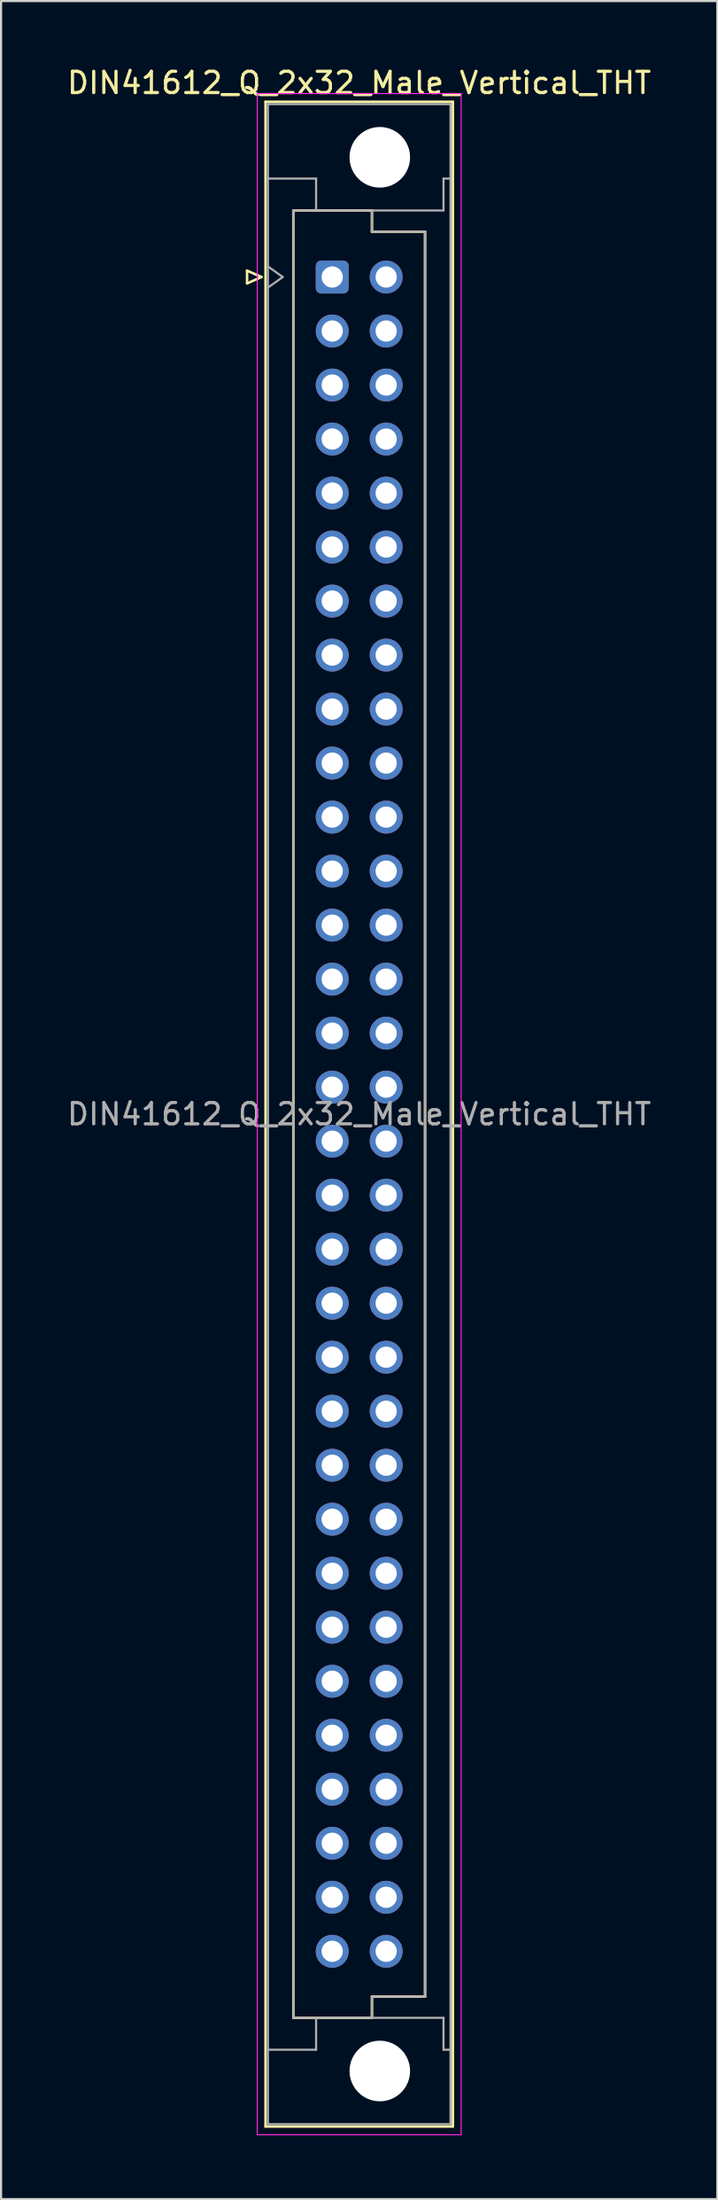
<source format=kicad_pcb>
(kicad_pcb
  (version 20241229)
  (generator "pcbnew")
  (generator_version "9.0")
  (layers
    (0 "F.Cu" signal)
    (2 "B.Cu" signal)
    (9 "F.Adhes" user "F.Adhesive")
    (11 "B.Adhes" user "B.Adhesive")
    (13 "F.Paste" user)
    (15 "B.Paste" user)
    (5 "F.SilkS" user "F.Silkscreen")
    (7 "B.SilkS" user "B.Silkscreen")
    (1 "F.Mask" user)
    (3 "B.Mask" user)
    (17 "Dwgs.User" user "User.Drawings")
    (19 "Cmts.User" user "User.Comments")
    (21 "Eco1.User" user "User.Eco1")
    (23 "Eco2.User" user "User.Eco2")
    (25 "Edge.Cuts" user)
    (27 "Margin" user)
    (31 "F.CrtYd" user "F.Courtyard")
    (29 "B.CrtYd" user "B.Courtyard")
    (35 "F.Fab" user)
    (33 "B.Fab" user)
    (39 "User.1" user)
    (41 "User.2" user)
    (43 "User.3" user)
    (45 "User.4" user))
  (footprint "DIN41612_Q_2x32_Male_Vertical_THT"
    (layer "F.Cu")
    (at 12.593 9.978)
    (property "Reference" "DIN41612_Q_2x32_Male_Vertical_THT" (at 1.27 -9.13 0) (layer "F.SilkS") (effects (font (size 1 1) (thickness 0.15))))
    (attr through_hole)
    (fp_line (start -4.01 -0.3) (end -4.01 0.3) (stroke (width 0.12) (type solid)) (layer "F.SilkS"))
    (fp_line (start -4.01 0.3) (end -3.33 0) (stroke (width 0.12) (type solid)) (layer "F.SilkS"))
    (fp_line (start -3.33 0) (end -4.01 -0.3) (stroke (width 0.12) (type solid)) (layer "F.SilkS"))
    (fp_line (start -3.14 -8.24) (end 5.68 -8.24) (stroke (width 0.12) (type solid)) (layer "F.SilkS"))
    (fp_line (start -3.14 86.98) (end -3.14 -8.24) (stroke (width 0.12) (type solid)) (layer "F.SilkS"))
    (fp_line (start -1.83 -3.131) (end 1.87 -3.131) (stroke (width 0.12) (type solid)) (layer "F.SilkS"))
    (fp_line (start -1.83 81.87) (end -1.83 -3.131) (stroke (width 0.12) (type solid)) (layer "F.SilkS"))
    (fp_line (start 1.87 -3.131) (end 1.87 -2.131) (stroke (width 0.12) (type solid)) (layer "F.SilkS"))
    (fp_line (start 1.87 -2.131) (end 4.37 -2.131) (stroke (width 0.12) (type solid)) (layer "F.SilkS"))
    (fp_line (start 1.87 80.87) (end 1.87 81.87) (stroke (width 0.12) (type solid)) (layer "F.SilkS"))
    (fp_line (start 1.87 81.87) (end -1.83 81.87) (stroke (width 0.12) (type solid)) (layer "F.SilkS"))
    (fp_line (start 4.37 -2.131) (end 4.37 80.87) (stroke (width 0.12) (type solid)) (layer "F.SilkS"))
    (fp_line (start 4.37 80.87) (end 1.87 80.87) (stroke (width 0.12) (type solid)) (layer "F.SilkS"))
    (fp_line (start 5.68 -8.24) (end 5.68 86.98) (stroke (width 0.12) (type solid)) (layer "F.SilkS"))
    (fp_line (start 5.68 86.98) (end -3.14 86.98) (stroke (width 0.12) (type solid)) (layer "F.SilkS"))
    (fp_line (start -3.53 -8.63) (end 6.07 -8.63) (stroke (width 0.05) (type solid)) (layer "F.CrtYd"))
    (fp_line (start -3.53 87.37) (end -3.53 -8.63) (stroke (width 0.05) (type solid)) (layer "F.CrtYd"))
    (fp_line (start 6.07 -8.63) (end 6.07 87.37) (stroke (width 0.05) (type solid)) (layer "F.CrtYd"))
    (fp_line (start 6.07 87.37) (end -3.53 87.37) (stroke (width 0.05) (type solid)) (layer "F.CrtYd"))
    (fp_line (start -3.03 -8.13) (end 5.57 -8.13) (stroke (width 0.1) (type solid)) (layer "F.Fab"))
    (fp_line (start -3.03 -4.63) (end -0.76 -4.63) (stroke (width 0.1) (type solid)) (layer "F.Fab"))
    (fp_line (start -3.03 -0.5) (end -2.33 0) (stroke (width 0.1) (type solid)) (layer "F.Fab"))
    (fp_line (start -3.03 83.37) (end -0.76 83.37) (stroke (width 0.1) (type solid)) (layer "F.Fab"))
    (fp_line (start -3.03 86.87) (end -3.03 -8.13) (stroke (width 0.1) (type solid)) (layer "F.Fab"))
    (fp_line (start -2.33 0) (end -3.03 0.5) (stroke (width 0.1) (type solid)) (layer "F.Fab"))
    (fp_line (start -1.83 -3.13) (end 1.87 -3.13) (stroke (width 0.1) (type solid)) (layer "F.Fab"))
    (fp_line (start -1.83 81.87) (end -1.83 -3.13) (stroke (width 0.1) (type solid)) (layer "F.Fab"))
    (fp_line (start -0.76 -4.63) (end -0.76 -3.13) (stroke (width 0.1) (type solid)) (layer "F.Fab"))
    (fp_line (start -0.76 83.37) (end -0.76 81.87) (stroke (width 0.1) (type solid)) (layer "F.Fab"))
    (fp_line (start 1.87 -3.13) (end 1.87 -2.13) (stroke (width 0.1) (type solid)) (layer "F.Fab"))
    (fp_line (start 1.87 -3.13) (end 5.24 -3.13) (stroke (width 0.1) (type solid)) (layer "F.Fab"))
    (fp_line (start 1.87 -2.13) (end 4.37 -2.13) (stroke (width 0.1) (type solid)) (layer "F.Fab"))
    (fp_line (start 1.87 80.87) (end 1.87 81.87) (stroke (width 0.1) (type solid)) (layer "F.Fab"))
    (fp_line (start 1.87 81.87) (end -1.83 81.87) (stroke (width 0.1) (type solid)) (layer "F.Fab"))
    (fp_line (start 1.87 81.87) (end 5.24 81.87) (stroke (width 0.1) (type solid)) (layer "F.Fab"))
    (fp_line (start 4.37 -2.13) (end 4.37 80.87) (stroke (width 0.1) (type solid)) (layer "F.Fab"))
    (fp_line (start 4.37 80.87) (end 1.87 80.87) (stroke (width 0.1) (type solid)) (layer "F.Fab"))
    (fp_line (start 5.24 -4.63) (end 5.57 -4.63) (stroke (width 0.1) (type solid)) (layer "F.Fab"))
    (fp_line (start 5.24 -3.13) (end 5.24 -4.63) (stroke (width 0.1) (type solid)) (layer "F.Fab"))
    (fp_line (start 5.24 81.87) (end 5.24 83.37) (stroke (width 0.1) (type solid)) (layer "F.Fab"))
    (fp_line (start 5.24 83.37) (end 5.57 83.37) (stroke (width 0.1) (type solid)) (layer "F.Fab"))
    (fp_line (start 5.57 -8.13) (end 5.57 86.87) (stroke (width 0.1) (type solid)) (layer "F.Fab"))
    (fp_line (start 5.57 86.87) (end -3.03 86.87) (stroke (width 0.1) (type solid)) (layer "F.Fab"))
    (fp_text user "${REFERENCE}" (at 1.27 39.37 0) (layer "F.Fab") (effects (font (size 1 1) (thickness 0.15))))
    (pad "" np_thru_hole circle (at 2.24 -5.63) (size 2.85 2.85) (drill 2.85) (layers "*.Cu" "*.Mask"))
    (pad "" np_thru_hole circle (at 2.24 84.37) (size 2.85 2.85) (drill 2.85) (layers "*.Cu" "*.Mask"))
    (pad "a1" thru_hole roundrect (at 0 0) (size 1.55 1.55) (drill 1) (layers "*.Cu" "*.Mask") (roundrect_rratio 0.161))
    (pad "a2" thru_hole circle (at 0 2.54) (size 1.55 1.55) (drill 1) (layers "*.Cu" "*.Mask"))
    (pad "a3" thru_hole circle (at 0 5.08) (size 1.55 1.55) (drill 1) (layers "*.Cu" "*.Mask"))
    (pad "a4" thru_hole circle (at 0 7.62) (size 1.55 1.55) (drill 1) (layers "*.Cu" "*.Mask"))
    (pad "a5" thru_hole circle (at 0 10.16) (size 1.55 1.55) (drill 1) (layers "*.Cu" "*.Mask"))
    (pad "a6" thru_hole circle (at 0 12.7) (size 1.55 1.55) (drill 1) (layers "*.Cu" "*.Mask"))
    (pad "a7" thru_hole circle (at 0 15.24) (size 1.55 1.55) (drill 1) (layers "*.Cu" "*.Mask"))
    (pad "a8" thru_hole circle (at 0 17.78) (size 1.55 1.55) (drill 1) (layers "*.Cu" "*.Mask"))
    (pad "a9" thru_hole circle (at 0 20.32) (size 1.55 1.55) (drill 1) (layers "*.Cu" "*.Mask"))
    (pad "a10" thru_hole circle (at 0 22.86) (size 1.55 1.55) (drill 1) (layers "*.Cu" "*.Mask"))
    (pad "a11" thru_hole circle (at 0 25.4) (size 1.55 1.55) (drill 1) (layers "*.Cu" "*.Mask"))
    (pad "a12" thru_hole circle (at 0 27.94) (size 1.55 1.55) (drill 1) (layers "*.Cu" "*.Mask"))
    (pad "a13" thru_hole circle (at 0 30.48) (size 1.55 1.55) (drill 1) (layers "*.Cu" "*.Mask"))
    (pad "a14" thru_hole circle (at 0 33.02) (size 1.55 1.55) (drill 1) (layers "*.Cu" "*.Mask"))
    (pad "a15" thru_hole circle (at 0 35.56) (size 1.55 1.55) (drill 1) (layers "*.Cu" "*.Mask"))
    (pad "a16" thru_hole circle (at 0 38.1) (size 1.55 1.55) (drill 1) (layers "*.Cu" "*.Mask"))
    (pad "a17" thru_hole circle (at 0 40.64) (size 1.55 1.55) (drill 1) (layers "*.Cu" "*.Mask"))
    (pad "a18" thru_hole circle (at 0 43.18) (size 1.55 1.55) (drill 1) (layers "*.Cu" "*.Mask"))
    (pad "a19" thru_hole circle (at 0 45.72) (size 1.55 1.55) (drill 1) (layers "*.Cu" "*.Mask"))
    (pad "a20" thru_hole circle (at 0 48.26) (size 1.55 1.55) (drill 1) (layers "*.Cu" "*.Mask"))
    (pad "a21" thru_hole circle (at 0 50.8) (size 1.55 1.55) (drill 1) (layers "*.Cu" "*.Mask"))
    (pad "a22" thru_hole circle (at 0 53.34) (size 1.55 1.55) (drill 1) (layers "*.Cu" "*.Mask"))
    (pad "a23" thru_hole circle (at 0 55.88) (size 1.55 1.55) (drill 1) (layers "*.Cu" "*.Mask"))
    (pad "a24" thru_hole circle (at 0 58.42) (size 1.55 1.55) (drill 1) (layers "*.Cu" "*.Mask"))
    (pad "a25" thru_hole circle (at 0 60.96) (size 1.55 1.55) (drill 1) (layers "*.Cu" "*.Mask"))
    (pad "a26" thru_hole circle (at 0 63.5) (size 1.55 1.55) (drill 1) (layers "*.Cu" "*.Mask"))
    (pad "a27" thru_hole circle (at 0 66.04) (size 1.55 1.55) (drill 1) (layers "*.Cu" "*.Mask"))
    (pad "a28" thru_hole circle (at 0 68.58) (size 1.55 1.55) (drill 1) (layers "*.Cu" "*.Mask"))
    (pad "a29" thru_hole circle (at 0 71.12) (size 1.55 1.55) (drill 1) (layers "*.Cu" "*.Mask"))
    (pad "a30" thru_hole circle (at 0 73.66) (size 1.55 1.55) (drill 1) (layers "*.Cu" "*.Mask"))
    (pad "a31" thru_hole circle (at 0 76.2) (size 1.55 1.55) (drill 1) (layers "*.Cu" "*.Mask"))
    (pad "a32" thru_hole circle (at 0 78.74) (size 1.55 1.55) (drill 1) (layers "*.Cu" "*.Mask"))
    (pad "b1" thru_hole circle (at 2.54 0) (size 1.55 1.55) (drill 1) (layers "*.Cu" "*.Mask"))
    (pad "b2" thru_hole circle (at 2.54 2.54) (size 1.55 1.55) (drill 1) (layers "*.Cu" "*.Mask"))
    (pad "b3" thru_hole circle (at 2.54 5.08) (size 1.55 1.55) (drill 1) (layers "*.Cu" "*.Mask"))
    (pad "b4" thru_hole circle (at 2.54 7.62) (size 1.55 1.55) (drill 1) (layers "*.Cu" "*.Mask"))
    (pad "b5" thru_hole circle (at 2.54 10.16) (size 1.55 1.55) (drill 1) (layers "*.Cu" "*.Mask"))
    (pad "b6" thru_hole circle (at 2.54 12.7) (size 1.55 1.55) (drill 1) (layers "*.Cu" "*.Mask"))
    (pad "b7" thru_hole circle (at 2.54 15.24) (size 1.55 1.55) (drill 1) (layers "*.Cu" "*.Mask"))
    (pad "b8" thru_hole circle (at 2.54 17.78) (size 1.55 1.55) (drill 1) (layers "*.Cu" "*.Mask"))
    (pad "b9" thru_hole circle (at 2.54 20.32) (size 1.55 1.55) (drill 1) (layers "*.Cu" "*.Mask"))
    (pad "b10" thru_hole circle (at 2.54 22.86) (size 1.55 1.55) (drill 1) (layers "*.Cu" "*.Mask"))
    (pad "b11" thru_hole circle (at 2.54 25.4) (size 1.55 1.55) (drill 1) (layers "*.Cu" "*.Mask"))
    (pad "b12" thru_hole circle (at 2.54 27.94) (size 1.55 1.55) (drill 1) (layers "*.Cu" "*.Mask"))
    (pad "b13" thru_hole circle (at 2.54 30.48) (size 1.55 1.55) (drill 1) (layers "*.Cu" "*.Mask"))
    (pad "b14" thru_hole circle (at 2.54 33.02) (size 1.55 1.55) (drill 1) (layers "*.Cu" "*.Mask"))
    (pad "b15" thru_hole circle (at 2.54 35.56) (size 1.55 1.55) (drill 1) (layers "*.Cu" "*.Mask"))
    (pad "b16" thru_hole circle (at 2.54 38.1) (size 1.55 1.55) (drill 1) (layers "*.Cu" "*.Mask"))
    (pad "b17" thru_hole circle (at 2.54 40.64) (size 1.55 1.55) (drill 1) (layers "*.Cu" "*.Mask"))
    (pad "b18" thru_hole circle (at 2.54 43.18) (size 1.55 1.55) (drill 1) (layers "*.Cu" "*.Mask"))
    (pad "b19" thru_hole circle (at 2.54 45.72) (size 1.55 1.55) (drill 1) (layers "*.Cu" "*.Mask"))
    (pad "b20" thru_hole circle (at 2.54 48.26) (size 1.55 1.55) (drill 1) (layers "*.Cu" "*.Mask"))
    (pad "b21" thru_hole circle (at 2.54 50.8) (size 1.55 1.55) (drill 1) (layers "*.Cu" "*.Mask"))
    (pad "b22" thru_hole circle (at 2.54 53.34) (size 1.55 1.55) (drill 1) (layers "*.Cu" "*.Mask"))
    (pad "b23" thru_hole circle (at 2.54 55.88) (size 1.55 1.55) (drill 1) (layers "*.Cu" "*.Mask"))
    (pad "b24" thru_hole circle (at 2.54 58.42) (size 1.55 1.55) (drill 1) (layers "*.Cu" "*.Mask"))
    (pad "b25" thru_hole circle (at 2.54 60.96) (size 1.55 1.55) (drill 1) (layers "*.Cu" "*.Mask"))
    (pad "b26" thru_hole circle (at 2.54 63.5) (size 1.55 1.55) (drill 1) (layers "*.Cu" "*.Mask"))
    (pad "b27" thru_hole circle (at 2.54 66.04) (size 1.55 1.55) (drill 1) (layers "*.Cu" "*.Mask"))
    (pad "b28" thru_hole circle (at 2.54 68.58) (size 1.55 1.55) (drill 1) (layers "*.Cu" "*.Mask"))
    (pad "b29" thru_hole circle (at 2.54 71.12) (size 1.55 1.55) (drill 1) (layers "*.Cu" "*.Mask"))
    (pad "b30" thru_hole circle (at 2.54 73.66) (size 1.55 1.55) (drill 1) (layers "*.Cu" "*.Mask"))
    (pad "b31" thru_hole circle (at 2.54 76.2) (size 1.55 1.55) (drill 1) (layers "*.Cu" "*.Mask"))
    (pad "b32" thru_hole circle (at 2.54 78.74) (size 1.55 1.55) (drill 1) (layers "*.Cu" "*.Mask")))
  (gr_rect
    (start -3 -3)
    (end 30.726 100.373)
    (stroke (width 0.1) (type default))
    (fill no)
    (layer "Edge.Cuts")))
</source>
